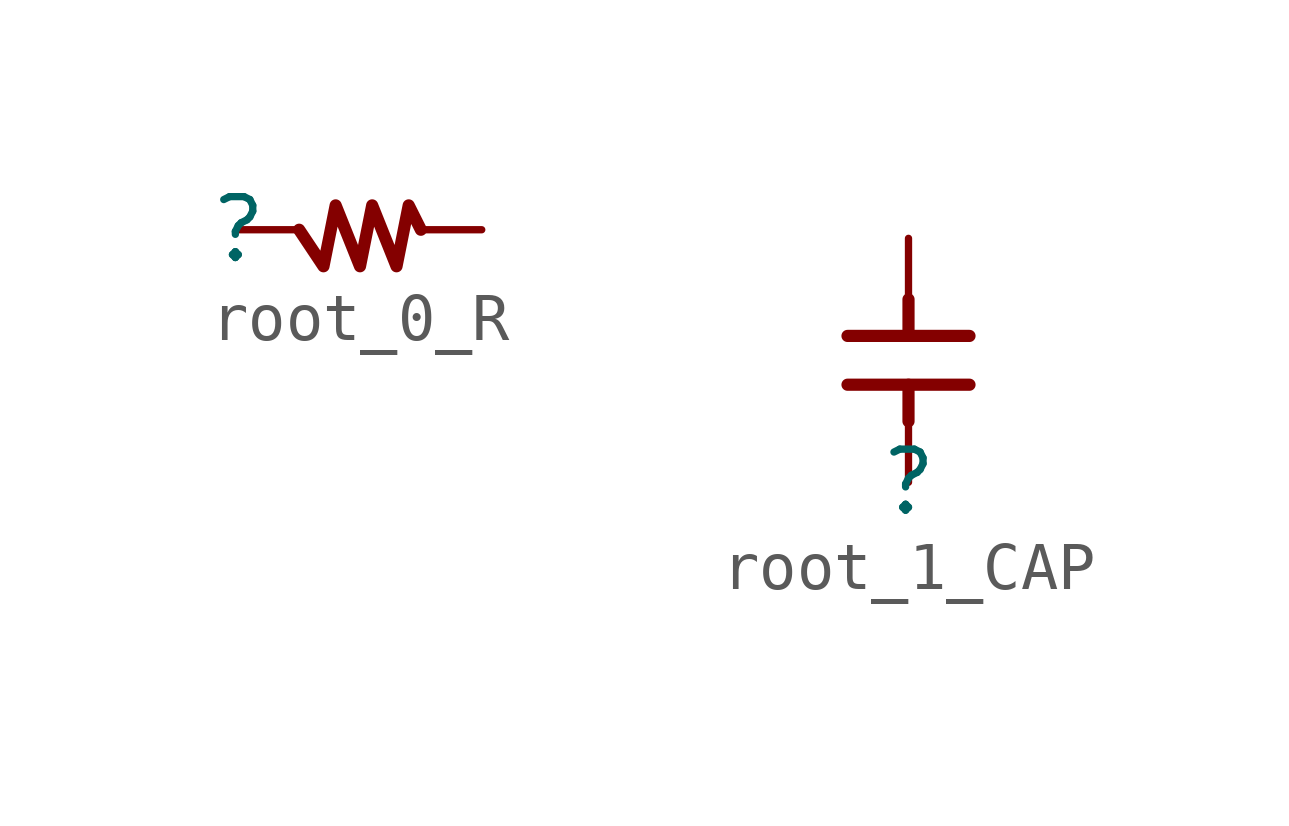
<source format=kicad_sym>
(kicad_symbol_lib
  (version 20231120)
  (generator "kicad_symbol_editor")
  (generator_version "8.0")
  (symbol "root_0_R"
    (property "Reference" ""
      (at 0 0 0)
      (effects (font (size 1.27 1.27))))
    (property "Value" ""
      (at 0 0 0)
      (effects (font (size 1.27 1.27))))
    (symbol "root_0_R_1_0"
      (polyline (pts (xy 1.27 0) (xy 1.778 -0.762) (xy 2.032 0.508) (xy 2.54 -0.762) (xy 2.794 0.508) (xy 3.302 -0.762) (xy 3.556 0.508) (xy 3.81 0)) (stroke (width 0.254) (type solid)) (fill (type none)))
      (pin passive line (at 0 0 0) (length 1.27) (name "12" (effects (font (size 0 0)))) (number "12" (effects (font (size 0 0)))))
      (pin passive line (at 5.08 0 180) (length 1.27) (name "13" (effects (font (size 0 0)))) (number "13" (effects (font (size 0 0)))))))
  (symbol "root_1_CAP"
    (property "Reference" ""
      (at 0 0 0)
      (effects (font (size 1.27 1.27))))
    (property "Value" ""
      (at 0 0 0)
      (effects (font (size 1.27 1.27))))
    (symbol "root_1_CAP_1_0"
      (polyline (pts (xy 0 2.032) (xy 0 1.27)) (stroke (width 0.254) (type solid)) (fill (type none)))
      (polyline (pts (xy 0 3.048) (xy 0 3.81)) (stroke (width 0.254) (type solid)) (fill (type none)))
      (polyline (pts (xy 0 2.032) (xy -1.27 2.032) (xy 1.27 2.032)) (stroke (width 0.254) (type solid)) (fill (type none)))
      (polyline (pts (xy 0 3.048) (xy -1.27 3.048) (xy 1.27 3.048)) (stroke (width 0.254) (type solid)) (fill (type none)))
      (pin passive line (at 0 0 90) (length 1.27) (name "12" (effects (font (size 0 0)))) (number "12" (effects (font (size 0 0)))))
      (pin passive line (at 0 5.08 270) (length 1.27) (name "13" (effects (font (size 0 0)))) (number "13" (effects (font (size 0 0))))))))
</source>
